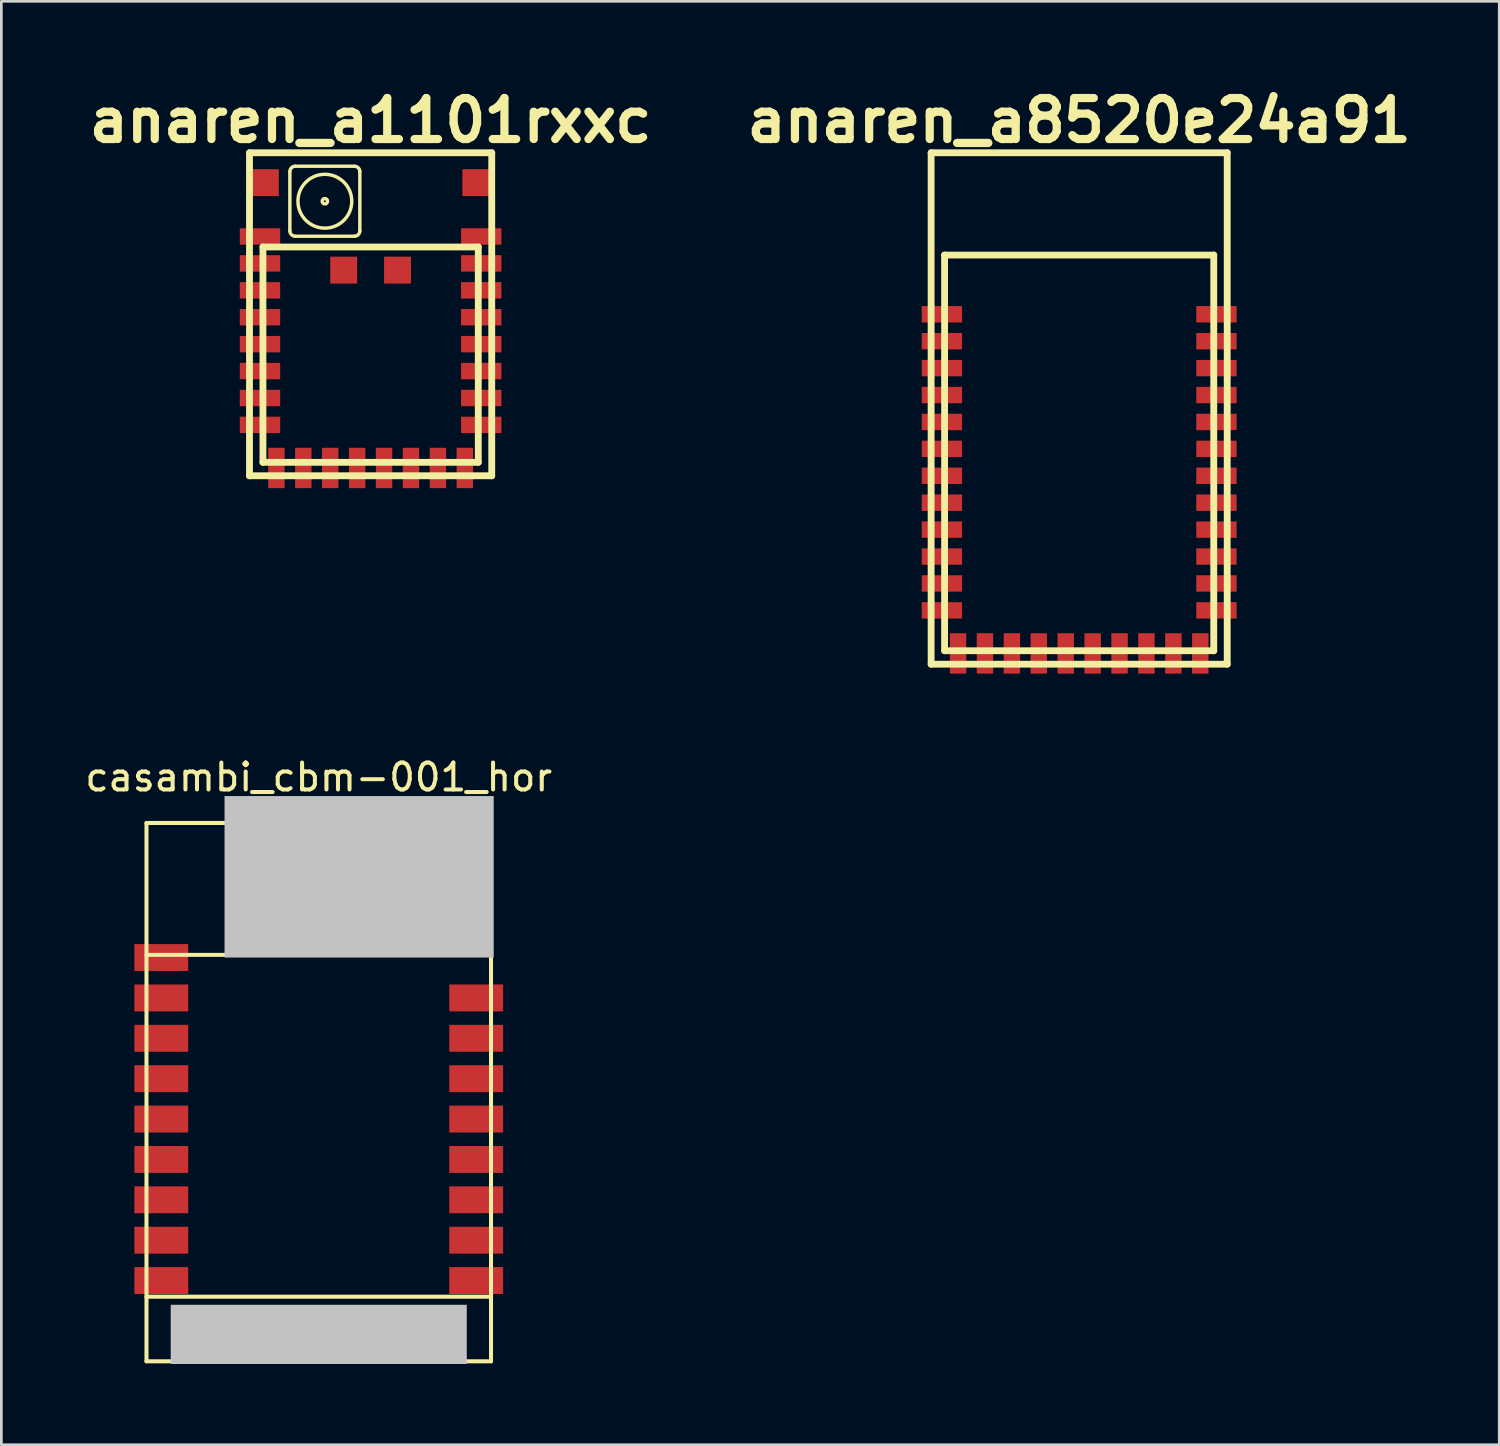
<source format=kicad_pcb>
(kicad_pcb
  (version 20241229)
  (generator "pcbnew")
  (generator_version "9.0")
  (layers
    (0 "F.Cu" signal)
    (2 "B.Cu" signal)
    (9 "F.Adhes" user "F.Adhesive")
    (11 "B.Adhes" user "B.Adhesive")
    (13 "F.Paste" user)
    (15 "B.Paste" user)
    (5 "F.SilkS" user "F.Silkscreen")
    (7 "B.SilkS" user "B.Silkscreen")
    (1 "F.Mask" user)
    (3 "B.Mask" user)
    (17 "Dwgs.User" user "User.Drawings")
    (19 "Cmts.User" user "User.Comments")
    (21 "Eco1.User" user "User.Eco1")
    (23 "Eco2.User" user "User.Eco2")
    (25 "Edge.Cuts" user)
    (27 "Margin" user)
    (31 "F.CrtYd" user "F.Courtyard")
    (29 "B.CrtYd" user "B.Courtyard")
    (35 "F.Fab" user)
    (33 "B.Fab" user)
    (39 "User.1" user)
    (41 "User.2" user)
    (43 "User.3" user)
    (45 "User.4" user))
  (footprint "anaren_a8520e24a91"
    (layer "F.Cu")
    (at 37.043 12.126)
    (property "Reference" "anaren_a8520e24a91" (at 0 -10.7 0) (layer "F.SilkS") (effects (font (size 1.524 1.524) (thickness 0.305))))
    (attr smd)
    (fp_line (start -5.5 -9.5) (end -5.5 9.5) (stroke (width 0.254) (type solid)) (layer "F.SilkS"))
    (fp_line (start -5.5 -9.5) (end 5.5 -9.5) (stroke (width 0.254) (type solid)) (layer "F.SilkS"))
    (fp_line (start -5.5 9.5) (end 5.5 9.5) (stroke (width 0.254) (type solid)) (layer "F.SilkS"))
    (fp_line (start -5 -5.7) (end -5 9) (stroke (width 0.254) (type solid)) (layer "F.SilkS"))
    (fp_line (start -5 -5.7) (end 5 -5.7) (stroke (width 0.254) (type solid)) (layer "F.SilkS"))
    (fp_line (start -5 9) (end 5 9) (stroke (width 0.254) (type solid)) (layer "F.SilkS"))
    (fp_line (start 5 -5.7) (end 5 9) (stroke (width 0.254) (type solid)) (layer "F.SilkS"))
    (fp_line (start 5.5 -9.5) (end 5.5 9.5) (stroke (width 0.254) (type solid)) (layer "F.SilkS"))
    (pad "1" smd rect (at -5.1 -3.5) (size 1.5 0.61) (layers "F.Cu" "F.Mask" "F.Paste"))
    (pad "2" smd rect (at -5.1 -2.5) (size 1.5 0.61) (layers "F.Cu" "F.Mask" "F.Paste"))
    (pad "3" smd rect (at -5.1 -1.5) (size 1.5 0.61) (layers "F.Cu" "F.Mask" "F.Paste"))
    (pad "4" smd rect (at -5.1 -0.5) (size 1.5 0.61) (layers "F.Cu" "F.Mask" "F.Paste"))
    (pad "5" smd rect (at -5.1 0.5) (size 1.5 0.61) (layers "F.Cu" "F.Mask" "F.Paste"))
    (pad "6" smd rect (at -5.1 1.5) (size 1.5 0.61) (layers "F.Cu" "F.Mask" "F.Paste"))
    (pad "7" smd rect (at -5.1 2.5) (size 1.5 0.61) (layers "F.Cu" "F.Mask" "F.Paste"))
    (pad "8" smd rect (at -5.1 3.5) (size 1.5 0.61) (layers "F.Cu" "F.Mask" "F.Paste"))
    (pad "9" smd rect (at -5.1 4.5) (size 1.5 0.61) (layers "F.Cu" "F.Mask" "F.Paste"))
    (pad "10" smd rect (at -5.1 5.5) (size 1.5 0.61) (layers "F.Cu" "F.Mask" "F.Paste"))
    (pad "11" smd rect (at -5.1 6.5) (size 1.5 0.61) (layers "F.Cu" "F.Mask" "F.Paste"))
    (pad "12" smd rect (at -5.1 7.5) (size 1.5 0.61) (layers "F.Cu" "F.Mask" "F.Paste"))
    (pad "13" smd rect (at -4.5 9.1) (size 0.61 1.5) (layers "F.Cu" "F.Mask" "F.Paste"))
    (pad "14" smd rect (at -3.5 9.1) (size 0.61 1.5) (layers "F.Cu" "F.Mask" "F.Paste"))
    (pad "15" smd rect (at -2.5 9.1) (size 0.61 1.5) (layers "F.Cu" "F.Mask" "F.Paste"))
    (pad "16" smd rect (at -1.5 9.1) (size 0.61 1.5) (layers "F.Cu" "F.Mask" "F.Paste"))
    (pad "17" smd rect (at -0.5 9.1) (size 0.61 1.5) (layers "F.Cu" "F.Mask" "F.Paste"))
    (pad "18" smd rect (at 0.5 9.1) (size 0.61 1.5) (layers "F.Cu" "F.Mask" "F.Paste"))
    (pad "19" smd rect (at 1.5 9.1) (size 0.61 1.5) (layers "F.Cu" "F.Mask" "F.Paste"))
    (pad "20" smd rect (at 2.5 9.1) (size 0.61 1.5) (layers "F.Cu" "F.Mask" "F.Paste"))
    (pad "21" smd rect (at 3.5 9.1) (size 0.61 1.5) (layers "F.Cu" "F.Mask" "F.Paste"))
    (pad "22" smd rect (at 4.5 9.1) (size 0.61 1.5) (layers "F.Cu" "F.Mask" "F.Paste"))
    (pad "23" smd rect (at 5.1 7.5) (size 1.5 0.61) (layers "F.Cu" "F.Mask" "F.Paste"))
    (pad "24" smd rect (at 5.1 6.5) (size 1.5 0.61) (layers "F.Cu" "F.Mask" "F.Paste"))
    (pad "25" smd rect (at 5.1 5.5) (size 1.5 0.61) (layers "F.Cu" "F.Mask" "F.Paste"))
    (pad "26" smd rect (at 5.1 4.5) (size 1.5 0.61) (layers "F.Cu" "F.Mask" "F.Paste"))
    (pad "27" smd rect (at 5.1 3.5) (size 1.5 0.61) (layers "F.Cu" "F.Mask" "F.Paste"))
    (pad "28" smd rect (at 5.1 2.5) (size 1.5 0.61) (layers "F.Cu" "F.Mask" "F.Paste"))
    (pad "29" smd rect (at 5.1 1.5) (size 1.5 0.61) (layers "F.Cu" "F.Mask" "F.Paste"))
    (pad "30" smd rect (at 5.1 0.5) (size 1.5 0.61) (layers "F.Cu" "F.Mask" "F.Paste"))
    (pad "31" smd rect (at 5.1 -0.5) (size 1.5 0.61) (layers "F.Cu" "F.Mask" "F.Paste"))
    (pad "32" smd rect (at 5.1 -1.5) (size 1.5 0.61) (layers "F.Cu" "F.Mask" "F.Paste"))
    (pad "33" smd rect (at 5.1 -2.5) (size 1.5 0.61) (layers "F.Cu" "F.Mask" "F.Paste"))
    (pad "34" smd rect (at 5.1 -3.5) (size 1.5 0.61) (layers "F.Cu" "F.Mask" "F.Paste")))
  (footprint "anaren_a1101rxxc"
    (layer "F.Cu")
    (at 10.719 8.626)
    (property "Reference" "anaren_a1101rxxc" (at 0 -7.2 0) (layer "F.SilkS") (effects (font (size 1.524 1.524) (thickness 0.305))))
    (attr smd)
    (fp_line (start -4.5 -6) (end -4.5 6) (stroke (width 0.254) (type solid)) (layer "F.SilkS"))
    (fp_line (start -4.5 -6) (end 4.5 -6) (stroke (width 0.254) (type solid)) (layer "F.SilkS"))
    (fp_line (start -4.5 6) (end 4.5 6) (stroke (width 0.254) (type solid)) (layer "F.SilkS"))
    (fp_line (start -4 -2.5) (end -4 5.5) (stroke (width 0.254) (type solid)) (layer "F.SilkS"))
    (fp_line (start -4 -2.5) (end 4 -2.5) (stroke (width 0.254) (type solid)) (layer "F.SilkS"))
    (fp_line (start -4 5.5) (end 4 5.5) (stroke (width 0.254) (type solid)) (layer "F.SilkS"))
    (fp_line (start -3 -3.1) (end -3 -5.3) (stroke (width 0.127) (type solid)) (layer "F.SilkS"))
    (fp_line (start -2.8 -5.5) (end -0.6 -5.5) (stroke (width 0.127) (type solid)) (layer "F.SilkS"))
    (fp_line (start -0.6 -2.9) (end -2.8 -2.9) (stroke (width 0.127) (type solid)) (layer "F.SilkS"))
    (fp_line (start -0.4 -5.3) (end -0.4 -3.1) (stroke (width 0.127) (type solid)) (layer "F.SilkS"))
    (fp_line (start 4 -2.5) (end 4 5.5) (stroke (width 0.254) (type solid)) (layer "F.SilkS"))
    (fp_line (start 4.5 -6) (end 4.5 6) (stroke (width 0.254) (type solid)) (layer "F.SilkS"))
    (fp_arc (start -3 -5.3) (mid -2.941421 -5.441421) (end -2.8 -5.5) (stroke (width 0.127) (type solid)) (layer "F.SilkS"))
    (fp_arc (start -2.8 -2.9) (mid -2.941421 -2.958579) (end -3 -3.1) (stroke (width 0.127) (type solid)) (layer "F.SilkS"))
    (fp_arc (start -0.6 -5.5) (mid -0.458579 -5.441421) (end -0.4 -5.3) (stroke (width 0.127) (type solid)) (layer "F.SilkS"))
    (fp_arc (start -0.4 -3.1) (mid -0.458579 -2.958579) (end -0.6 -2.9) (stroke (width 0.127) (type solid)) (layer "F.SilkS"))
    (fp_circle (center -1.7 -4.2) (end -2.7 -4.2) (stroke (width 0.127) (type solid)) (fill no) (layer "F.SilkS"))
    (fp_circle (center -1.7 -4.2) (end -1.8 -4.2) (stroke (width 0.127) (type solid)) (fill no) (layer "F.SilkS"))
    (pad "" smd rect (at -3.91 -4.89) (size 1 1) (layers "F.Cu" "F.Mask" "F.Paste"))
    (pad "" smd rect (at -1 -1.64) (size 1 1) (layers "F.Cu" "F.Mask" "F.Paste"))
    (pad "" smd rect (at 1 -1.64) (size 1 1) (layers "F.Cu" "F.Mask" "F.Paste"))
    (pad "" smd rect (at 3.91 -4.89) (size 1 1) (layers "F.Cu" "F.Mask" "F.Paste"))
    (pad "1" smd rect (at -4.11 -2.89) (size 1.5 0.61) (layers "F.Cu" "F.Mask" "F.Paste"))
    (pad "2" smd rect (at -4.11 -1.89) (size 1.5 0.61) (layers "F.Cu" "F.Mask" "F.Paste"))
    (pad "3" smd rect (at -4.11 -0.89) (size 1.5 0.61) (layers "F.Cu" "F.Mask" "F.Paste"))
    (pad "4" smd rect (at -4.11 0.11) (size 1.5 0.61) (layers "F.Cu" "F.Mask" "F.Paste"))
    (pad "5" smd rect (at -4.11 1.11) (size 1.5 0.61) (layers "F.Cu" "F.Mask" "F.Paste"))
    (pad "6" smd rect (at -4.11 2.11) (size 1.5 0.61) (layers "F.Cu" "F.Mask" "F.Paste"))
    (pad "7" smd rect (at -4.11 3.11) (size 1.5 0.61) (layers "F.Cu" "F.Mask" "F.Paste"))
    (pad "8" smd rect (at -4.11 4.11) (size 1.5 0.61) (layers "F.Cu" "F.Mask" "F.Paste"))
    (pad "9" smd rect (at -3.5 5.71) (size 0.61 1.5) (layers "F.Cu" "F.Mask" "F.Paste"))
    (pad "10" smd rect (at -2.5 5.71) (size 0.61 1.5) (layers "F.Cu" "F.Mask" "F.Paste"))
    (pad "11" smd rect (at -1.5 5.71) (size 0.61 1.5) (layers "F.Cu" "F.Mask" "F.Paste"))
    (pad "12" smd rect (at -0.5 5.71) (size 0.61 1.5) (layers "F.Cu" "F.Mask" "F.Paste"))
    (pad "13" smd rect (at 0.5 5.71) (size 0.61 1.5) (layers "F.Cu" "F.Mask" "F.Paste"))
    (pad "14" smd rect (at 1.5 5.71) (size 0.61 1.5) (layers "F.Cu" "F.Mask" "F.Paste"))
    (pad "15" smd rect (at 2.5 5.71) (size 0.61 1.5) (layers "F.Cu" "F.Mask" "F.Paste"))
    (pad "16" smd rect (at 3.5 5.71) (size 0.61 1.5) (layers "F.Cu" "F.Mask" "F.Paste"))
    (pad "17" smd rect (at 4.11 4.11) (size 1.5 0.61) (layers "F.Cu" "F.Mask" "F.Paste"))
    (pad "18" smd rect (at 4.11 3.11) (size 1.5 0.61) (layers "F.Cu" "F.Mask" "F.Paste"))
    (pad "19" smd rect (at 4.11 2.11) (size 1.5 0.61) (layers "F.Cu" "F.Mask" "F.Paste"))
    (pad "20" smd rect (at 4.11 1.11) (size 1.5 0.61) (layers "F.Cu" "F.Mask" "F.Paste"))
    (pad "21" smd rect (at 4.11 0.11) (size 1.5 0.61) (layers "F.Cu" "F.Mask" "F.Paste"))
    (pad "22" smd rect (at 4.11 -0.89) (size 1.5 0.61) (layers "F.Cu" "F.Mask" "F.Paste"))
    (pad "23" smd rect (at 4.11 -1.89) (size 1.5 0.61) (layers "F.Cu" "F.Mask" "F.Paste"))
    (pad "24" smd rect (at 4.11 -2.89) (size 1.5 0.61) (layers "F.Cu" "F.Mask" "F.Paste")))
  (footprint "casambi_cbm-001_hor"
    (layer "F.Cu")
    (at 8.792 37.525)
    (property "Reference" "casambi_cbm-001_hor" (at 0 -11.7 0) (layer "F.SilkS") (effects (font (size 1 1) (thickness 0.15))))
    (attr smd)
    (fp_line (start -6.4 -10) (end -6.4 10) (stroke (width 0.15) (type solid)) (layer "F.SilkS"))
    (fp_line (start -6.4 -10) (end 6.4 -10) (stroke (width 0.15) (type solid)) (layer "F.SilkS"))
    (fp_line (start -2.1 -9.2) (end -2.1 -7.3) (stroke (width 0.15) (type solid)) (layer "F.SilkS"))
    (fp_line (start -2.1 -7.3) (end 4.7 -7.3) (stroke (width 0.15) (type solid)) (layer "F.SilkS"))
    (fp_line (start 4.7 -9.2) (end -2.1 -9.2) (stroke (width 0.15) (type solid)) (layer "F.SilkS"))
    (fp_line (start 4.7 -7.3) (end 4.7 -9.2) (stroke (width 0.15) (type solid)) (layer "F.SilkS"))
    (fp_line (start 6.4 -10) (end 6.4 10) (stroke (width 0.15) (type solid)) (layer "F.SilkS"))
    (fp_line (start 6.4 -5.1) (end -6.4 -5.1) (stroke (width 0.15) (type solid)) (layer "F.SilkS"))
    (fp_line (start 6.4 7.6) (end -6.4 7.6) (stroke (width 0.15) (type solid)) (layer "F.SilkS"))
    (fp_line (start 6.4 10) (end -6.4 10) (stroke (width 0.15) (type solid)) (layer "F.SilkS"))
    (pad "" smd rect (at 0 9) (size 11 2.2) (layers "Dwgs.User"))
    (pad "" smd rect (at 1.5 -8) (size 10 6) (layers "Dwgs.User"))
    (pad "1" smd rect (at -5.85 -5) (size 2 1) (layers "F.Cu" "F.Mask" "F.Paste"))
    (pad "1" smd rect (at -5.85 7) (size 2 1) (layers "F.Cu" "F.Mask" "F.Paste"))
    (pad "2" smd rect (at -5.85 5.5) (size 2 1) (layers "F.Cu" "F.Mask" "F.Paste"))
    (pad "3" smd rect (at -5.85 4) (size 2 1) (layers "F.Cu" "F.Mask" "F.Paste"))
    (pad "4" smd rect (at -5.85 2.5) (size 2 1) (layers "F.Cu" "F.Mask" "F.Paste"))
    (pad "5" smd rect (at -5.85 1) (size 2 1) (layers "F.Cu" "F.Mask" "F.Paste"))
    (pad "6" smd rect (at -5.85 -0.5) (size 2 1) (layers "F.Cu" "F.Mask" "F.Paste"))
    (pad "7" smd rect (at -5.85 -2) (size 2 1) (layers "F.Cu" "F.Mask" "F.Paste"))
    (pad "8" smd rect (at -5.85 -3.5) (size 2 1) (layers "F.Cu" "F.Mask" "F.Paste"))
    (pad "9" smd rect (at 5.85 7) (size 2 1) (layers "F.Cu" "F.Mask" "F.Paste"))
    (pad "10" smd rect (at 5.85 5.5) (size 2 1) (layers "F.Cu" "F.Mask" "F.Paste"))
    (pad "11" smd rect (at 5.85 4) (size 2 1) (layers "F.Cu" "F.Mask" "F.Paste"))
    (pad "12" smd rect (at 5.85 2.5) (size 2 1) (layers "F.Cu" "F.Mask" "F.Paste"))
    (pad "13" smd rect (at 5.85 1) (size 2 1) (layers "F.Cu" "F.Mask" "F.Paste"))
    (pad "14" smd rect (at 5.85 -0.5) (size 2 1) (layers "F.Cu" "F.Mask" "F.Paste"))
    (pad "15" smd rect (at 5.85 -2) (size 2 1) (layers "F.Cu" "F.Mask" "F.Paste"))
    (pad "16" smd rect (at 5.85 -3.5) (size 2 1) (layers "F.Cu" "F.Mask" "F.Paste")))
  (gr_rect
    (start -3 -3)
    (end 52.649 50.625)
    (stroke (width 0.1) (type default))
    (fill no)
    (layer "Edge.Cuts")))
</source>
